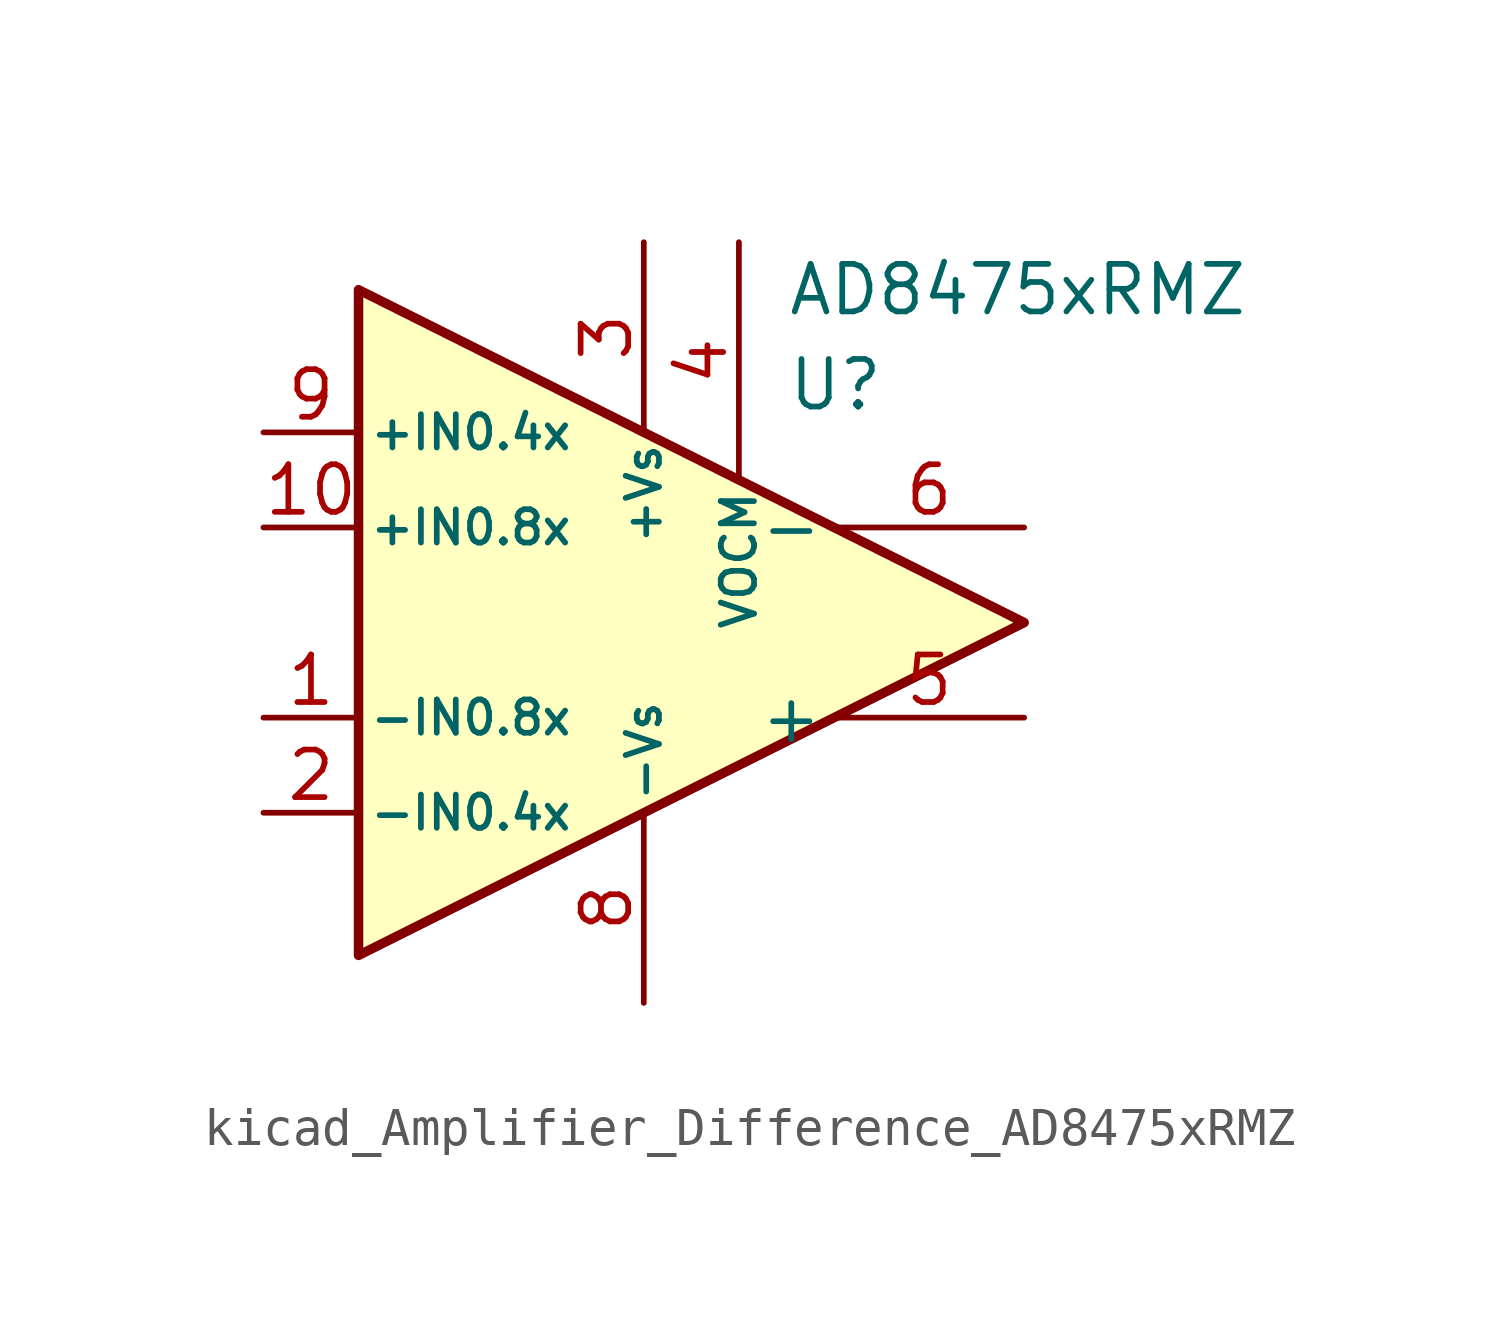
<source format=kicad_sym>
(kicad_symbol_lib
  (version 20220914)
  (generator kicad_symbol_editor)
  (symbol "kicad_Amplifier_Difference_AD8475xRMZ"
    (pin_names
      (offset 0.254))
    (property "Reference" "U"
      (at 3.81 6.35 0)
      (effects (font (size 1.27 1.27)) (justify left)))
    (property "Value" "AD8475xRMZ"
      (at 3.81 8.89 0)
      (effects (font (size 1.27 1.27)) (justify left)))
    (symbol "kicad_Amplifier_Difference_AD8475xRMZ_0_1"
      (polyline (pts (xy -7.62 8.89) (xy -7.62 -8.89) (xy 10.16 0) (xy -7.62 8.89)) (stroke (width 0.254) (type default)) (fill (type background))))
    (symbol "kicad_Amplifier_Difference_AD8475xRMZ_1_1"
      (pin input line (at -10.16 -2.54 0) (length 2.54) (name "-IN0.8x" (effects (font (size 0.889 0.889)))) (number "1" (effects (font (size 1.27 1.27)))))
      (pin input line (at -10.16 2.54 0) (length 2.54) (name "+IN0.8x" (effects (font (size 0.889 0.889)))) (number "10" (effects (font (size 1.27 1.27)))))
      (pin input line (at -10.16 -5.08 0) (length 2.54) (name "-IN0.4x" (effects (font (size 0.889 0.889)))) (number "2" (effects (font (size 1.27 1.27)))))
      (pin power_in line (at 0 10.16 270) (length 5.08) (name "+Vs" (effects (font (size 0.889 0.889)))) (number "3" (effects (font (size 1.27 1.27)))))
      (pin power_in line (at 2.54 10.16 270) (length 6.35) (name "VOCM" (effects (font (size 0.889 0.889)))) (number "4" (effects (font (size 1.27 1.27)))))
      (pin output line (at 10.16 -2.54 180) (length 5.08) (name "+" (effects (font (size 1.27 1.27)))) (number "5" (effects (font (size 1.27 1.27)))))
      (pin output line (at 10.16 2.54 180) (length 5.08) (name "-" (effects (font (size 1.27 1.27)))) (number "6" (effects (font (size 1.27 1.27)))))
      (pin no_connect line (at -7.62 -7.62 0) (length 2.54) hide (name "NC" (effects (font (size 1.27 1.27)))) (number "7" (effects (font (size 1.27 1.27)))))
      (pin power_in line (at 0 -10.16 90) (length 5.08) (name "-Vs" (effects (font (size 0.889 0.889)))) (number "8" (effects (font (size 1.27 1.27)))))
      (pin input line (at -10.16 5.08 0) (length 2.54) (name "+IN0.4x" (effects (font (size 0.889 0.889)))) (number "9" (effects (font (size 1.27 1.27))))))))
</source>
